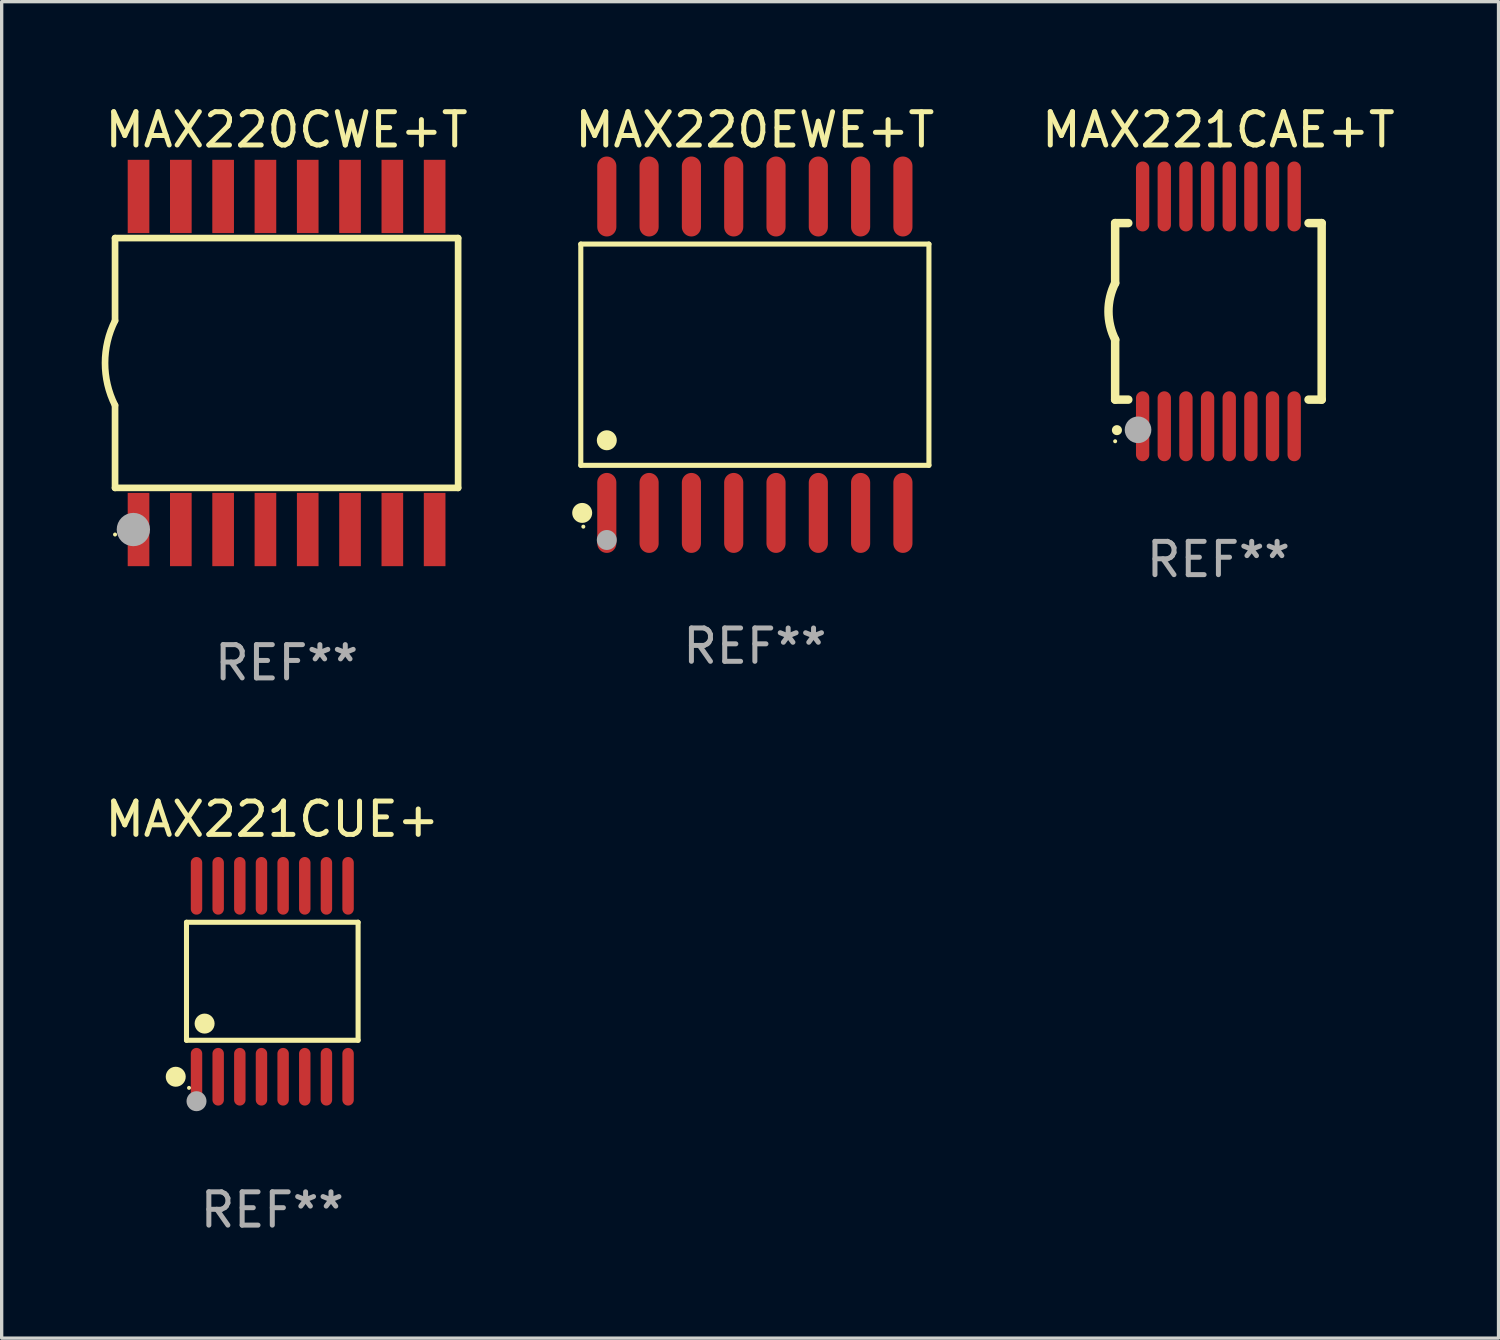
<source format=kicad_pcb>
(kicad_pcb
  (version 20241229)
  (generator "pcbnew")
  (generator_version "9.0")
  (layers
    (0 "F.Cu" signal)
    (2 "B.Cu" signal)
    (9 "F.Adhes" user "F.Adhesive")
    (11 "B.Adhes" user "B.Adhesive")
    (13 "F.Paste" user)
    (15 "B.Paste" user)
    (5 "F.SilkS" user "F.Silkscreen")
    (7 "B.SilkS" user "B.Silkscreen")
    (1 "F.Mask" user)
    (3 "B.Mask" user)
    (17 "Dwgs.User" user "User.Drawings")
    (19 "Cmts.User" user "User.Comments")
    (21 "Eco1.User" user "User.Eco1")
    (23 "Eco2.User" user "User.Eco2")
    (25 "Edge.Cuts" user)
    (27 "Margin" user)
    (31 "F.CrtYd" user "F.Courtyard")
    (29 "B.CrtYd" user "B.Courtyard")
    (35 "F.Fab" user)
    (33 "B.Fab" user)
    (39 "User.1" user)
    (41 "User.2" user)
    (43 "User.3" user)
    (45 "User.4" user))
  (footprint "MAX220CWE+T"
    (layer "F.Cu")
    (at 5.554 7.848)
    (property "Reference" "MAX220CWE+T" (at 0 -7 0) (layer "F.SilkS") (effects (font (size 1 1) (thickness 0.15))))
    (attr through_hole)
    (fp_line (start -5.15 -3.75) (end -5.15 -1.27) (stroke (width 0.2) (type solid)) (layer "F.SilkS"))
    (fp_line (start -5.15 -3.75) (end 5.15 -3.75) (stroke (width 0.2) (type solid)) (layer "F.SilkS"))
    (fp_line (start -5.15 3.75) (end -5.15 1.27) (stroke (width 0.2) (type solid)) (layer "F.SilkS"))
    (fp_line (start 5.15 -3.75) (end 5.15 3.75) (stroke (width 0.2) (type solid)) (layer "F.SilkS"))
    (fp_line (start 5.15 3.75) (end -5.15 3.75) (stroke (width 0.2) (type solid)) (layer "F.SilkS"))
    (fp_arc (start -5.151131 1.270003) (mid -5.450556 -0.000132) (end -5.150013 -1.270003) (stroke (width 0.2) (type solid)) (layer "F.SilkS"))
    (fp_circle (center -5.15 5.15) (end -5.12 5.15) (stroke (width 0.06) (type solid)) (fill no) (layer "F.SilkS"))
    (fp_circle (center -4.6 5) (end -4.35 5) (stroke (width 0.5) (type solid)) (fill no) (layer "F.Fab"))
    (fp_text user "REF**" (at 0 9 0) (layer "F.Fab") (effects (font (size 1 1) (thickness 0.15))))
    (pad "1" smd rect (at -4.445 5) (size 0.65 2.2) (layers "F.Cu" "F.Mask" "F.Paste"))
    (pad "2" smd rect (at -3.175 5) (size 0.65 2.2) (layers "F.Cu" "F.Mask" "F.Paste"))
    (pad "3" smd rect (at -1.905 5) (size 0.65 2.2) (layers "F.Cu" "F.Mask" "F.Paste"))
    (pad "4" smd rect (at -0.635 5) (size 0.65 2.2) (layers "F.Cu" "F.Mask" "F.Paste"))
    (pad "5" smd rect (at 0.635 5) (size 0.65 2.2) (layers "F.Cu" "F.Mask" "F.Paste"))
    (pad "6" smd rect (at 1.905 5) (size 0.65 2.2) (layers "F.Cu" "F.Mask" "F.Paste"))
    (pad "7" smd rect (at 3.175 5) (size 0.65 2.2) (layers "F.Cu" "F.Mask" "F.Paste"))
    (pad "8" smd rect (at 4.445 5) (size 0.65 2.2) (layers "F.Cu" "F.Mask" "F.Paste"))
    (pad "9" smd rect (at 4.445 -5) (size 0.65 2.2) (layers "F.Cu" "F.Mask" "F.Paste"))
    (pad "10" smd rect (at 3.175 -5) (size 0.65 2.2) (layers "F.Cu" "F.Mask" "F.Paste"))
    (pad "11" smd rect (at 1.905 -5) (size 0.65 2.2) (layers "F.Cu" "F.Mask" "F.Paste"))
    (pad "12" smd rect (at 0.635 -5) (size 0.65 2.2) (layers "F.Cu" "F.Mask" "F.Paste"))
    (pad "13" smd rect (at -0.635 -5) (size 0.65 2.2) (layers "F.Cu" "F.Mask" "F.Paste"))
    (pad "14" smd rect (at -1.905 -5) (size 0.65 2.2) (layers "F.Cu" "F.Mask" "F.Paste"))
    (pad "15" smd rect (at -3.175 -5) (size 0.65 2.2) (layers "F.Cu" "F.Mask" "F.Paste"))
    (pad "16" smd rect (at -4.445 -5) (size 0.65 2.2) (layers "F.Cu" "F.Mask" "F.Paste")))
  (footprint "MAX221CAE+T"
    (layer "F.Cu")
    (at 33.53 6.298)
    (property "Reference" "MAX221CAE+T" (at 0 -5.45 0) (layer "F.SilkS") (effects (font (size 1 1) (thickness 0.15))))
    (attr through_hole)
    (fp_line (start -3.1 -2.65) (end -3.1 -0.85) (stroke (width 0.254) (type solid)) (layer "F.SilkS"))
    (fp_line (start -3.1 -2.65) (end -2.706 -2.65) (stroke (width 0.254) (type solid)) (layer "F.SilkS"))
    (fp_line (start -3.1 2.65) (end -3.1 0.85) (stroke (width 0.254) (type solid)) (layer "F.SilkS"))
    (fp_line (start -3.1 2.65) (end -2.706 2.65) (stroke (width 0.254) (type solid)) (layer "F.SilkS"))
    (fp_line (start 2.706 -2.65) (end 3.1 -2.65) (stroke (width 0.254) (type solid)) (layer "F.SilkS"))
    (fp_line (start 2.706 2.65) (end 3.1 2.65) (stroke (width 0.254) (type solid)) (layer "F.SilkS"))
    (fp_line (start 3.1 -2.65) (end 3.1 2.65) (stroke (width 0.254) (type solid)) (layer "F.SilkS"))
    (fp_arc (start -3.098907 0.850902) (mid -3.300057 0.000523) (end -3.1 -0.850114) (stroke (width 0.254001) (type solid)) (layer "F.SilkS"))
    (fp_arc (start -3.048006 3.566066) (mid -3.046736 3.566061) (end -3.045466 3.566066) (stroke (width 0.3) (type solid)) (layer "F.SilkS"))
    (fp_circle (center -3.1 3.9) (end -3.07 3.9) (stroke (width 0.06) (type solid)) (fill no) (layer "F.SilkS"))
    (fp_circle (center -2.413 3.556) (end -2.213 3.556) (stroke (width 0.4) (type solid)) (fill no) (layer "F.Fab"))
    (fp_text user "REF**" (at 0 7.45 0) (layer "F.Fab") (effects (font (size 1 1) (thickness 0.15))))
    (pad "1" smd oval (at -2.275 3.45 180) (size 0.4 2.1) (layers "F.Cu" "F.Mask" "F.Paste"))
    (pad "2" smd oval (at -1.625 3.45 180) (size 0.4 2.1) (layers "F.Cu" "F.Mask" "F.Paste"))
    (pad "3" smd oval (at -0.975 3.45 180) (size 0.4 2.1) (layers "F.Cu" "F.Mask" "F.Paste"))
    (pad "4" smd oval (at -0.325 3.45 180) (size 0.4 2.1) (layers "F.Cu" "F.Mask" "F.Paste"))
    (pad "5" smd oval (at 0.325 3.45 180) (size 0.4 2.1) (layers "F.Cu" "F.Mask" "F.Paste"))
    (pad "6" smd oval (at 0.975 3.45 180) (size 0.4 2.1) (layers "F.Cu" "F.Mask" "F.Paste"))
    (pad "7" smd oval (at 1.625 3.45 180) (size 0.4 2.1) (layers "F.Cu" "F.Mask" "F.Paste"))
    (pad "8" smd oval (at 2.275 3.45 180) (size 0.4 2.1) (layers "F.Cu" "F.Mask" "F.Paste"))
    (pad "9" smd oval (at 2.275 -3.45 180) (size 0.4 2.1) (layers "F.Cu" "F.Mask" "F.Paste"))
    (pad "10" smd oval (at 1.625 -3.45 180) (size 0.4 2.1) (layers "F.Cu" "F.Mask" "F.Paste"))
    (pad "11" smd oval (at 0.975 -3.45 180) (size 0.4 2.1) (layers "F.Cu" "F.Mask" "F.Paste"))
    (pad "12" smd oval (at 0.325 -3.45 180) (size 0.4 2.1) (layers "F.Cu" "F.Mask" "F.Paste"))
    (pad "13" smd oval (at -0.325 -3.45 180) (size 0.4 2.1) (layers "F.Cu" "F.Mask" "F.Paste"))
    (pad "14" smd oval (at -0.975 -3.45 180) (size 0.4 2.1) (layers "F.Cu" "F.Mask" "F.Paste"))
    (pad "15" smd oval (at -1.625 -3.45 180) (size 0.4 2.1) (layers "F.Cu" "F.Mask" "F.Paste"))
    (pad "16" smd oval (at -2.275 -3.45 180) (size 0.4 2.1) (layers "F.Cu" "F.Mask" "F.Paste")))
  (footprint "MAX221CUE+"
    (layer "F.Cu")
    (at 5.125 26.411)
    (property "Reference" "MAX221CUE+" (at 0 -4.866 0) (layer "F.SilkS") (effects (font (size 1 1) (thickness 0.15))))
    (attr through_hole)
    (fp_line (start -2.576 -1.772) (end 2.576 -1.772) (stroke (width 0.152) (type solid)) (layer "F.SilkS"))
    (fp_line (start -2.576 1.771) (end -2.576 -1.772) (stroke (width 0.152) (type solid)) (layer "F.SilkS"))
    (fp_line (start 2.576 -1.772) (end 2.576 1.771) (stroke (width 0.152) (type solid)) (layer "F.SilkS"))
    (fp_line (start 2.576 1.771) (end -2.576 1.771) (stroke (width 0.152) (type solid)) (layer "F.SilkS"))
    (fp_circle (center -2.899 2.866) (end -2.749 2.866) (stroke (width 0.3) (type solid)) (fill no) (layer "F.SilkS"))
    (fp_circle (center -2.5 3.2) (end -2.47 3.2) (stroke (width 0.06) (type solid)) (fill no) (layer "F.SilkS"))
    (fp_circle (center -2.032 1.27) (end -1.882 1.27) (stroke (width 0.3) (type solid)) (fill no) (layer "F.SilkS"))
    (fp_circle (center -2.275 3.6) (end -2.125 3.6) (stroke (width 0.3) (type solid)) (fill no) (layer "F.Fab"))
    (fp_text user "REF**" (at 0 6.866 0) (layer "F.Fab") (effects (font (size 1 1) (thickness 0.15))))
    (pad "1" smd oval (at -2.275 2.866) (size 0.343 1.731) (layers "F.Cu" "F.Mask" "F.Paste"))
    (pad "2" smd oval (at -1.625 2.866) (size 0.343 1.731) (layers "F.Cu" "F.Mask" "F.Paste"))
    (pad "3" smd oval (at -0.975 2.866) (size 0.343 1.731) (layers "F.Cu" "F.Mask" "F.Paste"))
    (pad "4" smd oval (at -0.325 2.866) (size 0.343 1.731) (layers "F.Cu" "F.Mask" "F.Paste"))
    (pad "5" smd oval (at 0.325 2.866) (size 0.343 1.731) (layers "F.Cu" "F.Mask" "F.Paste"))
    (pad "6" smd oval (at 0.975 2.866) (size 0.343 1.731) (layers "F.Cu" "F.Mask" "F.Paste"))
    (pad "7" smd oval (at 1.625 2.866) (size 0.343 1.731) (layers "F.Cu" "F.Mask" "F.Paste"))
    (pad "8" smd oval (at 2.275 2.866) (size 0.343 1.731) (layers "F.Cu" "F.Mask" "F.Paste"))
    (pad "9" smd oval (at 2.275 -2.866) (size 0.343 1.731) (layers "F.Cu" "F.Mask" "F.Paste"))
    (pad "10" smd oval (at 1.625 -2.866) (size 0.343 1.731) (layers "F.Cu" "F.Mask" "F.Paste"))
    (pad "11" smd oval (at 0.975 -2.866) (size 0.343 1.731) (layers "F.Cu" "F.Mask" "F.Paste"))
    (pad "12" smd oval (at 0.325 -2.866) (size 0.343 1.731) (layers "F.Cu" "F.Mask" "F.Paste"))
    (pad "13" smd oval (at -0.325 -2.866) (size 0.343 1.731) (layers "F.Cu" "F.Mask" "F.Paste"))
    (pad "14" smd oval (at -0.975 -2.866) (size 0.343 1.731) (layers "F.Cu" "F.Mask" "F.Paste"))
    (pad "15" smd oval (at -1.625 -2.866) (size 0.343 1.731) (layers "F.Cu" "F.Mask" "F.Paste"))
    (pad "16" smd oval (at -2.275 -2.866) (size 0.343 1.731) (layers "F.Cu" "F.Mask" "F.Paste")))
  (footprint "MAX220EWE+T"
    (layer "F.Cu")
    (at 19.613 7.599)
    (property "Reference" "MAX220EWE+T" (at 0 -6.75 0) (layer "F.SilkS") (effects (font (size 1 1) (thickness 0.15))))
    (attr through_hole)
    (fp_line (start -5.226 -3.321) (end 5.226 -3.321) (stroke (width 0.152) (type solid)) (layer "F.SilkS"))
    (fp_line (start -5.226 3.321) (end -5.226 -3.321) (stroke (width 0.152) (type solid)) (layer "F.SilkS"))
    (fp_line (start 5.226 -3.321) (end 5.226 3.321) (stroke (width 0.152) (type solid)) (layer "F.SilkS"))
    (fp_line (start 5.226 3.321) (end -5.226 3.321) (stroke (width 0.152) (type solid)) (layer "F.SilkS"))
    (fp_circle (center -5.184 4.75) (end -5.034 4.75) (stroke (width 0.3) (type solid)) (fill no) (layer "F.SilkS"))
    (fp_circle (center -5.15 5.163) (end -5.12 5.163) (stroke (width 0.06) (type solid)) (fill no) (layer "F.SilkS"))
    (fp_circle (center -4.445 2.569) (end -4.295 2.569) (stroke (width 0.3) (type solid)) (fill no) (layer "F.SilkS"))
    (fp_circle (center -4.445 5.563) (end -4.295 5.563) (stroke (width 0.3) (type solid)) (fill no) (layer "F.Fab"))
    (fp_text user "REF**" (at 0 8.75 0) (layer "F.Fab") (effects (font (size 1 1) (thickness 0.15))))
    (pad "1" smd oval (at -4.445 4.75) (size 0.574 2.401) (layers "F.Cu" "F.Mask" "F.Paste"))
    (pad "2" smd oval (at -3.175 4.75) (size 0.574 2.401) (layers "F.Cu" "F.Mask" "F.Paste"))
    (pad "3" smd oval (at -1.905 4.75) (size 0.574 2.401) (layers "F.Cu" "F.Mask" "F.Paste"))
    (pad "4" smd oval (at -0.635 4.75) (size 0.574 2.401) (layers "F.Cu" "F.Mask" "F.Paste"))
    (pad "5" smd oval (at 0.635 4.75) (size 0.574 2.401) (layers "F.Cu" "F.Mask" "F.Paste"))
    (pad "6" smd oval (at 1.905 4.75) (size 0.574 2.401) (layers "F.Cu" "F.Mask" "F.Paste"))
    (pad "7" smd oval (at 3.175 4.75) (size 0.574 2.401) (layers "F.Cu" "F.Mask" "F.Paste"))
    (pad "8" smd oval (at 4.445 4.75) (size 0.574 2.401) (layers "F.Cu" "F.Mask" "F.Paste"))
    (pad "9" smd oval (at 4.445 -4.75) (size 0.574 2.401) (layers "F.Cu" "F.Mask" "F.Paste"))
    (pad "10" smd oval (at 3.175 -4.75) (size 0.574 2.401) (layers "F.Cu" "F.Mask" "F.Paste"))
    (pad "11" smd oval (at 1.905 -4.75) (size 0.574 2.401) (layers "F.Cu" "F.Mask" "F.Paste"))
    (pad "12" smd oval (at 0.635 -4.75) (size 0.574 2.401) (layers "F.Cu" "F.Mask" "F.Paste"))
    (pad "13" smd oval (at -0.635 -4.75) (size 0.574 2.401) (layers "F.Cu" "F.Mask" "F.Paste"))
    (pad "14" smd oval (at -1.905 -4.75) (size 0.574 2.401) (layers "F.Cu" "F.Mask" "F.Paste"))
    (pad "15" smd oval (at -3.175 -4.75) (size 0.574 2.401) (layers "F.Cu" "F.Mask" "F.Paste"))
    (pad "16" smd oval (at -4.445 -4.75) (size 0.574 2.401) (layers "F.Cu" "F.Mask" "F.Paste")))
  (gr_rect
    (start -3 -3)
    (end 41.94 37.125)
    (stroke (width 0.1) (type default))
    (fill no)
    (layer "Edge.Cuts")))
</source>
